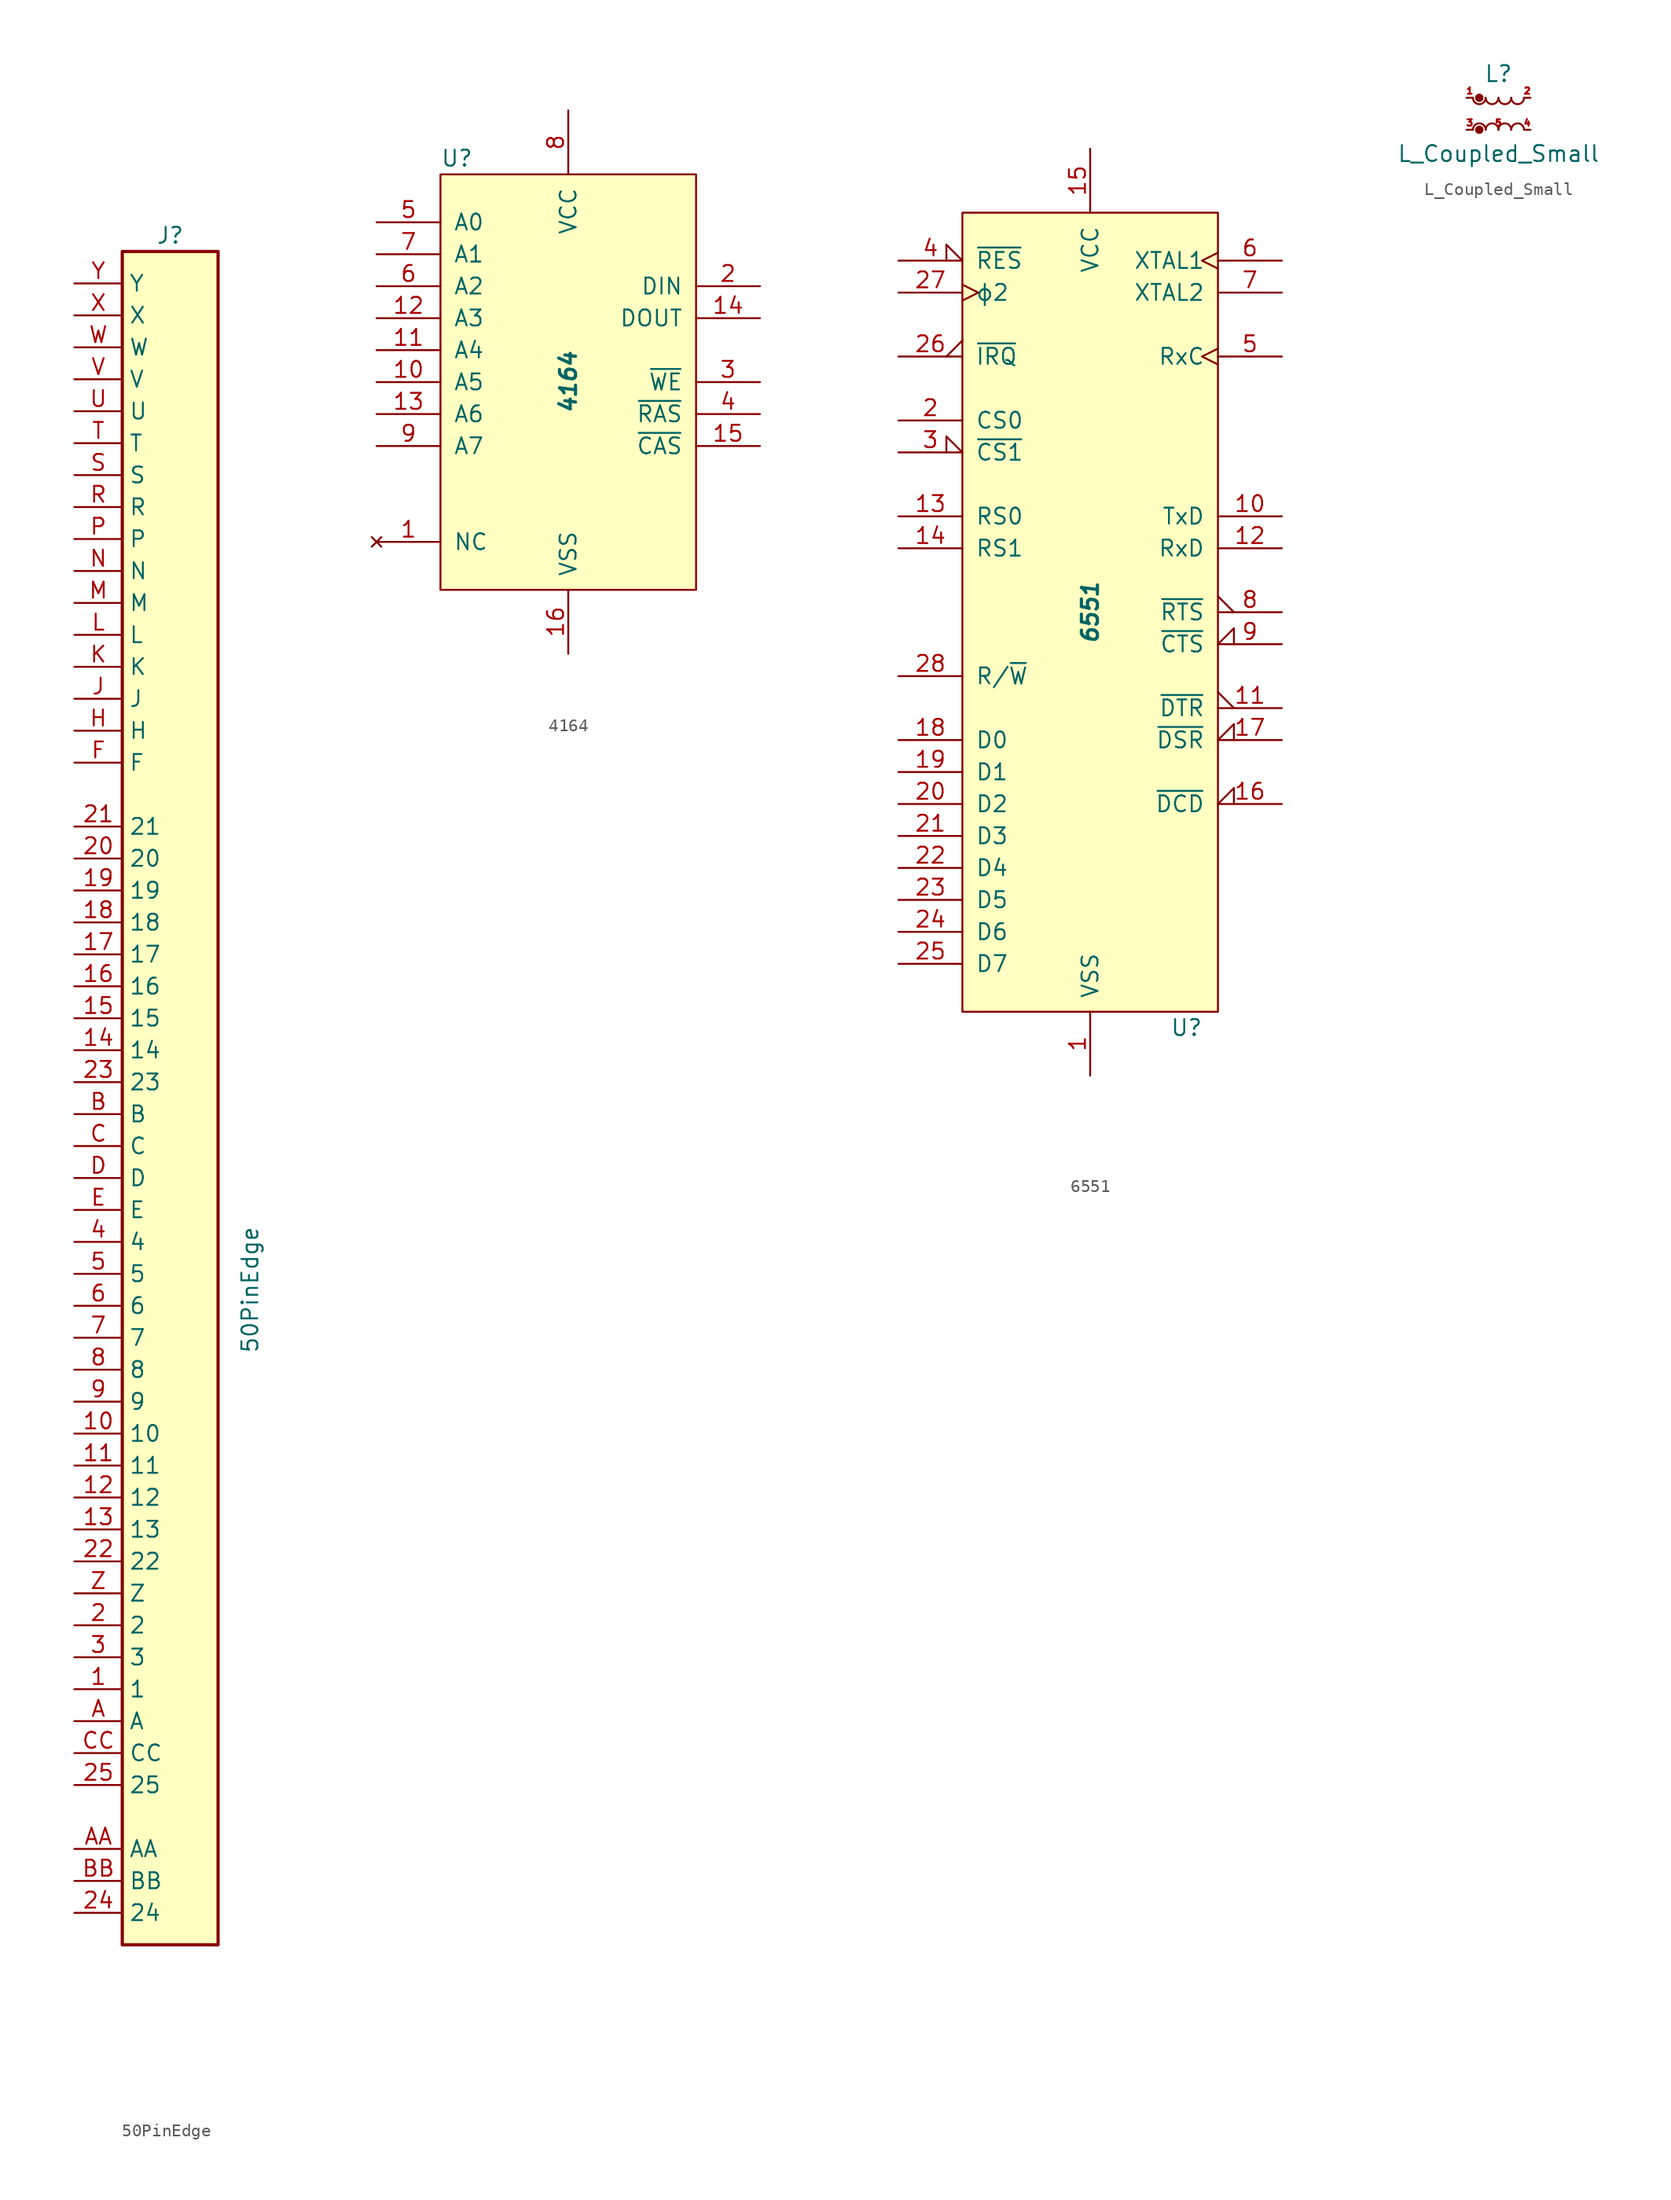
<source format=kicad_sym>
(kicad_symbol_lib
  (version 20231120)
  (generator "kicad_symbol_editor")
  (generator_version "8.0")
  (symbol "50PinEdge"
    (property "Reference" "J"
      (at 0 85.09 0)
      (effects (font (size 1.27 1.27))))
    (property "Value" "50PinEdge"
      (at 6.35 1.27 90)
      (effects (font (size 1.27 1.27))))
    (symbol "50PinEdge_0_1"
      (rectangle (start -3.81 -50.8) (end 3.81 83.82) (stroke (width 0.254) (type solid)) (fill (type background))))
    (symbol "50PinEdge_1_1"
      (pin passive line (at -7.62 -30.48 0) (length 3.81) (name "1" (effects (font (size 1.27 1.27)))) (number "1" (effects (font (size 1.27 1.27)))))
      (pin passive line (at -7.62 -10.16 0) (length 3.81) (name "10" (effects (font (size 1.27 1.27)))) (number "10" (effects (font (size 1.27 1.27)))))
      (pin passive line (at -7.62 -12.7 0) (length 3.81) (name "11" (effects (font (size 1.27 1.27)))) (number "11" (effects (font (size 1.27 1.27)))))
      (pin passive line (at -7.62 -15.24 0) (length 3.81) (name "12" (effects (font (size 1.27 1.27)))) (number "12" (effects (font (size 1.27 1.27)))))
      (pin passive line (at -7.62 -17.78 0) (length 3.81) (name "13" (effects (font (size 1.27 1.27)))) (number "13" (effects (font (size 1.27 1.27)))))
      (pin passive line (at -7.62 20.32 0) (length 3.81) (name "14" (effects (font (size 1.27 1.27)))) (number "14" (effects (font (size 1.27 1.27)))))
      (pin passive line (at -7.62 22.86 0) (length 3.81) (name "15" (effects (font (size 1.27 1.27)))) (number "15" (effects (font (size 1.27 1.27)))))
      (pin passive line (at -7.62 25.4 0) (length 3.81) (name "16" (effects (font (size 1.27 1.27)))) (number "16" (effects (font (size 1.27 1.27)))))
      (pin passive line (at -7.62 27.94 0) (length 3.81) (name "17" (effects (font (size 1.27 1.27)))) (number "17" (effects (font (size 1.27 1.27)))))
      (pin passive line (at -7.62 30.48 0) (length 3.81) (name "18" (effects (font (size 1.27 1.27)))) (number "18" (effects (font (size 1.27 1.27)))))
      (pin passive line (at -7.62 33.02 0) (length 3.81) (name "19" (effects (font (size 1.27 1.27)))) (number "19" (effects (font (size 1.27 1.27)))))
      (pin passive line (at -7.62 -25.4 0) (length 3.81) (name "2" (effects (font (size 1.27 1.27)))) (number "2" (effects (font (size 1.27 1.27)))))
      (pin passive line (at -7.62 35.56 0) (length 3.81) (name "20" (effects (font (size 1.27 1.27)))) (number "20" (effects (font (size 1.27 1.27)))))
      (pin passive line (at -7.62 38.1 0) (length 3.81) (name "21" (effects (font (size 1.27 1.27)))) (number "21" (effects (font (size 1.27 1.27)))))
      (pin passive line (at -7.62 -20.32 0) (length 3.81) (name "22" (effects (font (size 1.27 1.27)))) (number "22" (effects (font (size 1.27 1.27)))))
      (pin passive line (at -7.62 17.78 0) (length 3.81) (name "23" (effects (font (size 1.27 1.27)))) (number "23" (effects (font (size 1.27 1.27)))))
      (pin passive line (at -7.62 -48.26 0) (length 3.81) (name "24" (effects (font (size 1.27 1.27)))) (number "24" (effects (font (size 1.27 1.27)))))
      (pin passive line (at -7.62 -38.1 0) (length 3.81) (name "25" (effects (font (size 1.27 1.27)))) (number "25" (effects (font (size 1.27 1.27)))))
      (pin passive line (at -7.62 -27.94 0) (length 3.81) (name "3" (effects (font (size 1.27 1.27)))) (number "3" (effects (font (size 1.27 1.27)))))
      (pin passive line (at -7.62 5.08 0) (length 3.81) (name "4" (effects (font (size 1.27 1.27)))) (number "4" (effects (font (size 1.27 1.27)))))
      (pin passive line (at -7.62 2.54 0) (length 3.81) (name "5" (effects (font (size 1.27 1.27)))) (number "5" (effects (font (size 1.27 1.27)))))
      (pin passive line (at -7.62 0 0) (length 3.81) (name "6" (effects (font (size 1.27 1.27)))) (number "6" (effects (font (size 1.27 1.27)))))
      (pin passive line (at -7.62 -2.54 0) (length 3.81) (name "7" (effects (font (size 1.27 1.27)))) (number "7" (effects (font (size 1.27 1.27)))))
      (pin passive line (at -7.62 -5.08 0) (length 3.81) (name "8" (effects (font (size 1.27 1.27)))) (number "8" (effects (font (size 1.27 1.27)))))
      (pin passive line (at -7.62 -7.62 0) (length 3.81) (name "9" (effects (font (size 1.27 1.27)))) (number "9" (effects (font (size 1.27 1.27)))))
      (pin passive line (at -7.62 -33.02 0) (length 3.81) (name "A" (effects (font (size 1.27 1.27)))) (number "A" (effects (font (size 1.27 1.27)))))
      (pin passive line (at -7.62 -43.18 0) (length 3.81) (name "AA" (effects (font (size 1.27 1.27)))) (number "AA" (effects (font (size 1.27 1.27)))))
      (pin passive line (at -7.62 15.24 0) (length 3.81) (name "B" (effects (font (size 1.27 1.27)))) (number "B" (effects (font (size 1.27 1.27)))))
      (pin passive line (at -7.62 -45.72 0) (length 3.81) (name "BB" (effects (font (size 1.27 1.27)))) (number "BB" (effects (font (size 1.27 1.27)))))
      (pin passive line (at -7.62 12.7 0) (length 3.81) (name "C" (effects (font (size 1.27 1.27)))) (number "C" (effects (font (size 1.27 1.27)))))
      (pin passive line (at -7.62 -35.56 0) (length 3.81) (name "CC" (effects (font (size 1.27 1.27)))) (number "CC" (effects (font (size 1.27 1.27)))))
      (pin passive line (at -7.62 10.16 0) (length 3.81) (name "D" (effects (font (size 1.27 1.27)))) (number "D" (effects (font (size 1.27 1.27)))))
      (pin passive line (at -7.62 7.62 0) (length 3.81) (name "E" (effects (font (size 1.27 1.27)))) (number "E" (effects (font (size 1.27 1.27)))))
      (pin passive line (at -7.62 43.18 0) (length 3.81) (name "F" (effects (font (size 1.27 1.27)))) (number "F" (effects (font (size 1.27 1.27)))))
      (pin passive line (at -7.62 45.72 0) (length 3.81) (name "H" (effects (font (size 1.27 1.27)))) (number "H" (effects (font (size 1.27 1.27)))))
      (pin passive line (at -7.62 48.26 0) (length 3.81) (name "J" (effects (font (size 1.27 1.27)))) (number "J" (effects (font (size 1.27 1.27)))))
      (pin passive line (at -7.62 50.8 0) (length 3.81) (name "K" (effects (font (size 1.27 1.27)))) (number "K" (effects (font (size 1.27 1.27)))))
      (pin passive line (at -7.62 53.34 0) (length 3.81) (name "L" (effects (font (size 1.27 1.27)))) (number "L" (effects (font (size 1.27 1.27)))))
      (pin passive line (at -7.62 55.88 0) (length 3.81) (name "M" (effects (font (size 1.27 1.27)))) (number "M" (effects (font (size 1.27 1.27)))))
      (pin passive line (at -7.62 58.42 0) (length 3.81) (name "N" (effects (font (size 1.27 1.27)))) (number "N" (effects (font (size 1.27 1.27)))))
      (pin passive line (at -7.62 60.96 0) (length 3.81) (name "P" (effects (font (size 1.27 1.27)))) (number "P" (effects (font (size 1.27 1.27)))))
      (pin passive line (at -7.62 63.5 0) (length 3.81) (name "R" (effects (font (size 1.27 1.27)))) (number "R" (effects (font (size 1.27 1.27)))))
      (pin passive line (at -7.62 66.04 0) (length 3.81) (name "S" (effects (font (size 1.27 1.27)))) (number "S" (effects (font (size 1.27 1.27)))))
      (pin passive line (at -7.62 68.58 0) (length 3.81) (name "T" (effects (font (size 1.27 1.27)))) (number "T" (effects (font (size 1.27 1.27)))))
      (pin passive line (at -7.62 71.12 0) (length 3.81) (name "U" (effects (font (size 1.27 1.27)))) (number "U" (effects (font (size 1.27 1.27)))))
      (pin passive line (at -7.62 73.66 0) (length 3.81) (name "V" (effects (font (size 1.27 1.27)))) (number "V" (effects (font (size 1.27 1.27)))))
      (pin passive line (at -7.62 76.2 0) (length 3.81) (name "W" (effects (font (size 1.27 1.27)))) (number "W" (effects (font (size 1.27 1.27)))))
      (pin passive line (at -7.62 78.74 0) (length 3.81) (name "X" (effects (font (size 1.27 1.27)))) (number "X" (effects (font (size 1.27 1.27)))))
      (pin passive line (at -7.62 81.28 0) (length 3.81) (name "Y" (effects (font (size 1.27 1.27)))) (number "Y" (effects (font (size 1.27 1.27)))))
      (pin passive line (at -7.62 -22.86 0) (length 3.81) (name "Z" (effects (font (size 1.27 1.27)))) (number "Z" (effects (font (size 1.27 1.27)))))))
  (symbol "4164"
    (pin_names
      (offset 1.016))
    (property "Reference" "U"
      (at -10.16 17.78 0)
      (effects (font (size 1.27 1.27)) (justify left)))
    (property "Value" "4164"
      (at 0 0 90)
      (effects (font (size 1.27 1.27) (bold yes) (italic yes))))
    (symbol "4164_0_1"
      (rectangle (start -10.16 16.51) (end 10.16 -16.51) (stroke (width 0) (type solid)) (fill (type background))))
    (symbol "4164_1_1"
      (pin no_connect line (at -15.24 -12.7 0) (length 5.08) (name "NC" (effects (font (size 1.27 1.27)))) (number "1" (effects (font (size 1.27 1.27)))))
      (pin bidirectional line (at -15.24 0 0) (length 5.08) (name "A5" (effects (font (size 1.27 1.27)))) (number "10" (effects (font (size 1.27 1.27)))))
      (pin bidirectional line (at -15.24 2.54 0) (length 5.08) (name "A4" (effects (font (size 1.27 1.27)))) (number "11" (effects (font (size 1.27 1.27)))))
      (pin bidirectional line (at -15.24 5.08 0) (length 5.08) (name "A3" (effects (font (size 1.27 1.27)))) (number "12" (effects (font (size 1.27 1.27)))))
      (pin bidirectional line (at -15.24 -2.54 0) (length 5.08) (name "A6" (effects (font (size 1.27 1.27)))) (number "13" (effects (font (size 1.27 1.27)))))
      (pin bidirectional line (at 15.24 5.08 180) (length 5.08) (name "DOUT" (effects (font (size 1.27 1.27)))) (number "14" (effects (font (size 1.27 1.27)))))
      (pin input line (at 15.24 -5.08 180) (length 5.08) (name "~{CAS}" (effects (font (size 1.27 1.27)))) (number "15" (effects (font (size 1.27 1.27)))))
      (pin power_in line (at 0 -21.59 90) (length 5.08) (name "VSS" (effects (font (size 1.27 1.27)))) (number "16" (effects (font (size 1.27 1.27)))))
      (pin bidirectional line (at 15.24 7.62 180) (length 5.08) (name "DIN" (effects (font (size 1.27 1.27)))) (number "2" (effects (font (size 1.27 1.27)))))
      (pin input line (at 15.24 0 180) (length 5.08) (name "~{WE}" (effects (font (size 1.27 1.27)))) (number "3" (effects (font (size 1.27 1.27)))))
      (pin input line (at 15.24 -2.54 180) (length 5.08) (name "~{RAS}" (effects (font (size 1.27 1.27)))) (number "4" (effects (font (size 1.27 1.27)))))
      (pin bidirectional line (at -15.24 12.7 0) (length 5.08) (name "A0" (effects (font (size 1.27 1.27)))) (number "5" (effects (font (size 1.27 1.27)))))
      (pin bidirectional line (at -15.24 7.62 0) (length 5.08) (name "A2" (effects (font (size 1.27 1.27)))) (number "6" (effects (font (size 1.27 1.27)))))
      (pin bidirectional line (at -15.24 10.16 0) (length 5.08) (name "A1" (effects (font (size 1.27 1.27)))) (number "7" (effects (font (size 1.27 1.27)))))
      (pin power_in line (at 0 21.59 270) (length 5.08) (name "VCC" (effects (font (size 1.27 1.27)))) (number "8" (effects (font (size 1.27 1.27)))))
      (pin bidirectional line (at -15.24 -5.08 0) (length 5.08) (name "A7" (effects (font (size 1.27 1.27)))) (number "9" (effects (font (size 1.27 1.27)))))))
  (symbol "6551"
    (pin_names
      (offset 1.016))
    (property "Reference" "U"
      (at 6.35 -33.02 0)
      (effects (font (size 1.27 1.27)) (justify left)))
    (property "Value" "6551"
      (at 0 0 90)
      (effects (font (size 1.27 1.27) (bold yes) (italic yes))))
    (symbol "6551_0_1"
      (rectangle (start -10.16 31.75) (end 10.16 -31.75) (stroke (width 0) (type solid)) (fill (type background))))
    (symbol "6551_1_1"
      (pin power_in line (at 0 -36.83 90) (length 5.08) (name "VSS" (effects (font (size 1.27 1.27)))) (number "1" (effects (font (size 1.27 1.27)))))
      (pin output line (at 15.24 7.62 180) (length 5.08) (name "TxD" (effects (font (size 1.27 1.27)))) (number "10" (effects (font (size 1.27 1.27)))))
      (pin output output_low (at 15.24 -7.62 180) (length 5.08) (name "~{DTR}" (effects (font (size 1.27 1.27)))) (number "11" (effects (font (size 1.27 1.27)))))
      (pin input line (at 15.24 5.08 180) (length 5.08) (name "RxD" (effects (font (size 1.27 1.27)))) (number "12" (effects (font (size 1.27 1.27)))))
      (pin input line (at -15.24 7.62 0) (length 5.08) (name "RS0" (effects (font (size 1.27 1.27)))) (number "13" (effects (font (size 1.27 1.27)))))
      (pin input line (at -15.24 5.08 0) (length 5.08) (name "RS1" (effects (font (size 1.27 1.27)))) (number "14" (effects (font (size 1.27 1.27)))))
      (pin power_in line (at 0 36.83 270) (length 5.08) (name "VCC" (effects (font (size 1.27 1.27)))) (number "15" (effects (font (size 1.27 1.27)))))
      (pin input input_low (at 15.24 -15.24 180) (length 5.08) (name "~{DCD}" (effects (font (size 1.27 1.27)))) (number "16" (effects (font (size 1.27 1.27)))))
      (pin input input_low (at 15.24 -10.16 180) (length 5.08) (name "~{DSR}" (effects (font (size 1.27 1.27)))) (number "17" (effects (font (size 1.27 1.27)))))
      (pin bidirectional line (at -15.24 -10.16 0) (length 5.08) (name "D0" (effects (font (size 1.27 1.27)))) (number "18" (effects (font (size 1.27 1.27)))))
      (pin bidirectional line (at -15.24 -12.7 0) (length 5.08) (name "D1" (effects (font (size 1.27 1.27)))) (number "19" (effects (font (size 1.27 1.27)))))
      (pin input line (at -15.24 15.24 0) (length 5.08) (name "CS0" (effects (font (size 1.27 1.27)))) (number "2" (effects (font (size 1.27 1.27)))))
      (pin bidirectional line (at -15.24 -15.24 0) (length 5.08) (name "D2" (effects (font (size 1.27 1.27)))) (number "20" (effects (font (size 1.27 1.27)))))
      (pin bidirectional line (at -15.24 -17.78 0) (length 5.08) (name "D3" (effects (font (size 1.27 1.27)))) (number "21" (effects (font (size 1.27 1.27)))))
      (pin bidirectional line (at -15.24 -20.32 0) (length 5.08) (name "D4" (effects (font (size 1.27 1.27)))) (number "22" (effects (font (size 1.27 1.27)))))
      (pin bidirectional line (at -15.24 -22.86 0) (length 5.08) (name "D5" (effects (font (size 1.27 1.27)))) (number "23" (effects (font (size 1.27 1.27)))))
      (pin bidirectional line (at -15.24 -25.4 0) (length 5.08) (name "D6" (effects (font (size 1.27 1.27)))) (number "24" (effects (font (size 1.27 1.27)))))
      (pin bidirectional line (at -15.24 -27.94 0) (length 5.08) (name "D7" (effects (font (size 1.27 1.27)))) (number "25" (effects (font (size 1.27 1.27)))))
      (pin open_collector output_low (at -15.24 20.32 0) (length 5.08) (name "~{IRQ}" (effects (font (size 1.27 1.27)))) (number "26" (effects (font (size 1.27 1.27)))))
      (pin input clock (at -15.24 25.4 0) (length 5.08) (name "ϕ2" (effects (font (size 1.27 1.27)))) (number "27" (effects (font (size 1.27 1.27)))))
      (pin input line (at -15.24 -5.08 0) (length 5.08) (name "R/~{W}" (effects (font (size 1.27 1.27)))) (number "28" (effects (font (size 1.27 1.27)))))
      (pin input input_low (at -15.24 12.7 0) (length 5.08) (name "~{CS1}" (effects (font (size 1.27 1.27)))) (number "3" (effects (font (size 1.27 1.27)))))
      (pin input input_low (at -15.24 27.94 0) (length 5.08) (name "~{RES}" (effects (font (size 1.27 1.27)))) (number "4" (effects (font (size 1.27 1.27)))))
      (pin bidirectional clock (at 15.24 20.32 180) (length 5.08) (name "RxC" (effects (font (size 1.27 1.27)))) (number "5" (effects (font (size 1.27 1.27)))))
      (pin input clock (at 15.24 27.94 180) (length 5.08) (name "XTAL1" (effects (font (size 1.27 1.27)))) (number "6" (effects (font (size 1.27 1.27)))))
      (pin output line (at 15.24 25.4 180) (length 5.08) (name "XTAL2" (effects (font (size 1.27 1.27)))) (number "7" (effects (font (size 1.27 1.27)))))
      (pin output output_low (at 15.24 0 180) (length 5.08) (name "~{RTS}" (effects (font (size 1.27 1.27)))) (number "8" (effects (font (size 1.27 1.27)))))
      (pin input input_low (at 15.24 -2.54 180) (length 5.08) (name "~{CTS}" (effects (font (size 1.27 1.27)))) (number "9" (effects (font (size 1.27 1.27)))))))
  (symbol "L_Coupled_Small"
    (pin_names
      (offset 0.254) hide)
    (property "Reference" "L"
      (at 0 3.175 0)
      (effects (font (size 1.27 1.27))))
    (property "Value" "L_Coupled_Small"
      (at 0 -3.175 0)
      (effects (font (size 1.27 1.27))))
    (symbol "L_Coupled_Small_0_1"
      (arc (start -2.032 1.27) (mid -1.524 0.762) (end -1.016 1.27) (stroke (width 0) (type solid)) (fill (type none)))
      (circle (center -1.524 -1.27) (radius 0.254) (stroke (width 0) (type solid)) (fill (type outline)))
      (circle (center -1.524 1.27) (radius 0.254) (stroke (width 0) (type solid)) (fill (type outline)))
      (arc (start -1.016 -1.27) (mid -1.524 -0.762) (end -2.032 -1.27) (stroke (width 0) (type solid)) (fill (type none)))
      (arc (start -1.016 1.27) (mid -0.508 0.762) (end 0 1.27) (stroke (width 0) (type solid)) (fill (type none)))
      (arc (start 0 -1.27) (mid -0.508 -0.762) (end -1.016 -1.27) (stroke (width 0) (type solid)) (fill (type none)))
      (arc (start 0 1.27) (mid 0.508 0.762) (end 1.016 1.27) (stroke (width 0) (type solid)) (fill (type none)))
      (arc (start 1.016 -1.27) (mid 0.508 -0.762) (end 0 -1.27) (stroke (width 0) (type solid)) (fill (type none)))
      (arc (start 1.016 1.27) (mid 1.524 0.762) (end 2.032 1.27) (stroke (width 0) (type solid)) (fill (type none)))
      (arc (start 2.032 -1.27) (mid 1.524 -0.762) (end 1.016 -1.27) (stroke (width 0) (type solid)) (fill (type none))))
    (symbol "L_Coupled_Small_1_1"
      (pin passive line (at -2.54 1.27 0) (length 0.508) (name "1" (effects (font (size 0.508 0.508)))) (number "1" (effects (font (size 0.508 0.508)))))
      (pin passive line (at 2.54 1.27 180) (length 0.508) (name "2" (effects (font (size 0.508 0.508)))) (number "2" (effects (font (size 0.508 0.508)))))
      (pin passive line (at -2.54 -1.27 0) (length 0.508) (name "3" (effects (font (size 0.508 0.508)))) (number "3" (effects (font (size 0.508 0.508)))))
      (pin passive line (at 2.54 -1.27 180) (length 0.508) (name "4" (effects (font (size 0.508 0.508)))) (number "4" (effects (font (size 0.508 0.508)))))
      (pin passive line (at 0 -1.27 180) (length 0) (name "~" (effects (font (size 0.508 0.508)))) (number "5" (effects (font (size 0.508 0.508))))))))
</source>
